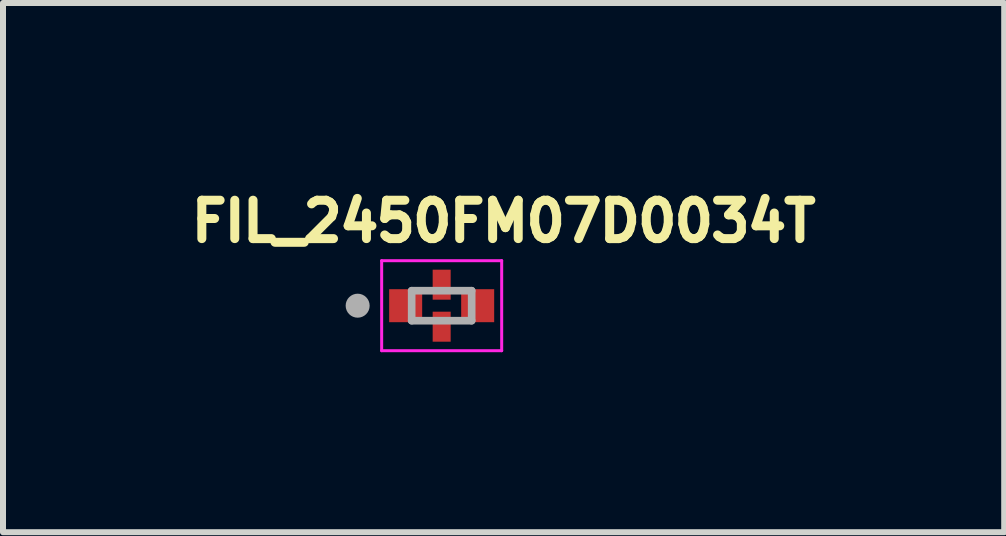
<source format=kicad_pcb>
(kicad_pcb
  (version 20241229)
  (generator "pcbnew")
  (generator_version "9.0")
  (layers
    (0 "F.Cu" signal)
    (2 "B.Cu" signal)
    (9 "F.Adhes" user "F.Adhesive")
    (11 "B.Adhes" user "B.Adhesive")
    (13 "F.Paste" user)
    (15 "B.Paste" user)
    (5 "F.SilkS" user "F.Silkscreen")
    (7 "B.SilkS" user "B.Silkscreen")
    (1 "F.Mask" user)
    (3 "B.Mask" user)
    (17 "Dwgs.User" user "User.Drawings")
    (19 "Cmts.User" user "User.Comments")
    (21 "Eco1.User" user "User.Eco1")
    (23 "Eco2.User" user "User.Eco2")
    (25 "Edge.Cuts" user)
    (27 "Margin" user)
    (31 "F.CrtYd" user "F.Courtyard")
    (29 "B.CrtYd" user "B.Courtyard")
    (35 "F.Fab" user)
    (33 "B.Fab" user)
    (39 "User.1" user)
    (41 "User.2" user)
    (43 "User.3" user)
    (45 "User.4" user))
  (footprint "FIL_2450FM07D0034T"
    (layer "F.Cu")
    (at 4.31 2.044)
    (property "Reference" "FIL_2450FM07D0034T" (at 1.032 -1.406 0) (layer "F.SilkS") (effects (font (size 0.64 0.64) (thickness 0.15))))
    (attr smd)
    (fp_line (start -1 -0.75) (end -1 0.75) (stroke (width 0.05) (type solid)) (layer "F.CrtYd"))
    (fp_line (start -1 0.75) (end 1 0.75) (stroke (width 0.05) (type solid)) (layer "F.CrtYd"))
    (fp_line (start 1 -0.75) (end -1 -0.75) (stroke (width 0.05) (type solid)) (layer "F.CrtYd"))
    (fp_line (start 1 0.75) (end 1 -0.75) (stroke (width 0.05) (type solid)) (layer "F.CrtYd"))
    (fp_line (start -0.5 -0.25) (end -0.5 0.25) (stroke (width 0.127) (type solid)) (layer "F.Fab"))
    (fp_line (start -0.5 0.25) (end 0.5 0.25) (stroke (width 0.127) (type solid)) (layer "F.Fab"))
    (fp_line (start 0.5 -0.25) (end -0.5 -0.25) (stroke (width 0.127) (type solid)) (layer "F.Fab"))
    (fp_line (start 0.5 0.25) (end 0.5 -0.25) (stroke (width 0.127) (type solid)) (layer "F.Fab"))
    (fp_circle (center -1.4 0) (end -1.3 0) (stroke (width 0.2) (type solid)) (fill no) (layer "F.Fab"))
    (pad "1" smd rect (at -0.6 0) (size 0.55 0.55) (layers "F.Cu" "F.Mask" "F.Paste"))
    (pad "2" smd rect (at 0 0.35) (size 0.3 0.5) (layers "F.Cu" "F.Mask" "F.Paste"))
    (pad "3" smd rect (at 0.6 0) (size 0.55 0.55) (layers "F.Cu" "F.Mask" "F.Paste"))
    (pad "4" smd rect (at 0 -0.35) (size 0.3 0.5) (layers "F.Cu" "F.Mask" "F.Paste")))
  (gr_rect
    (start -3 -3)
    (end 13.684 5.819)
    (stroke (width 0.1) (type default))
    (fill no)
    (layer "Edge.Cuts")))
</source>
